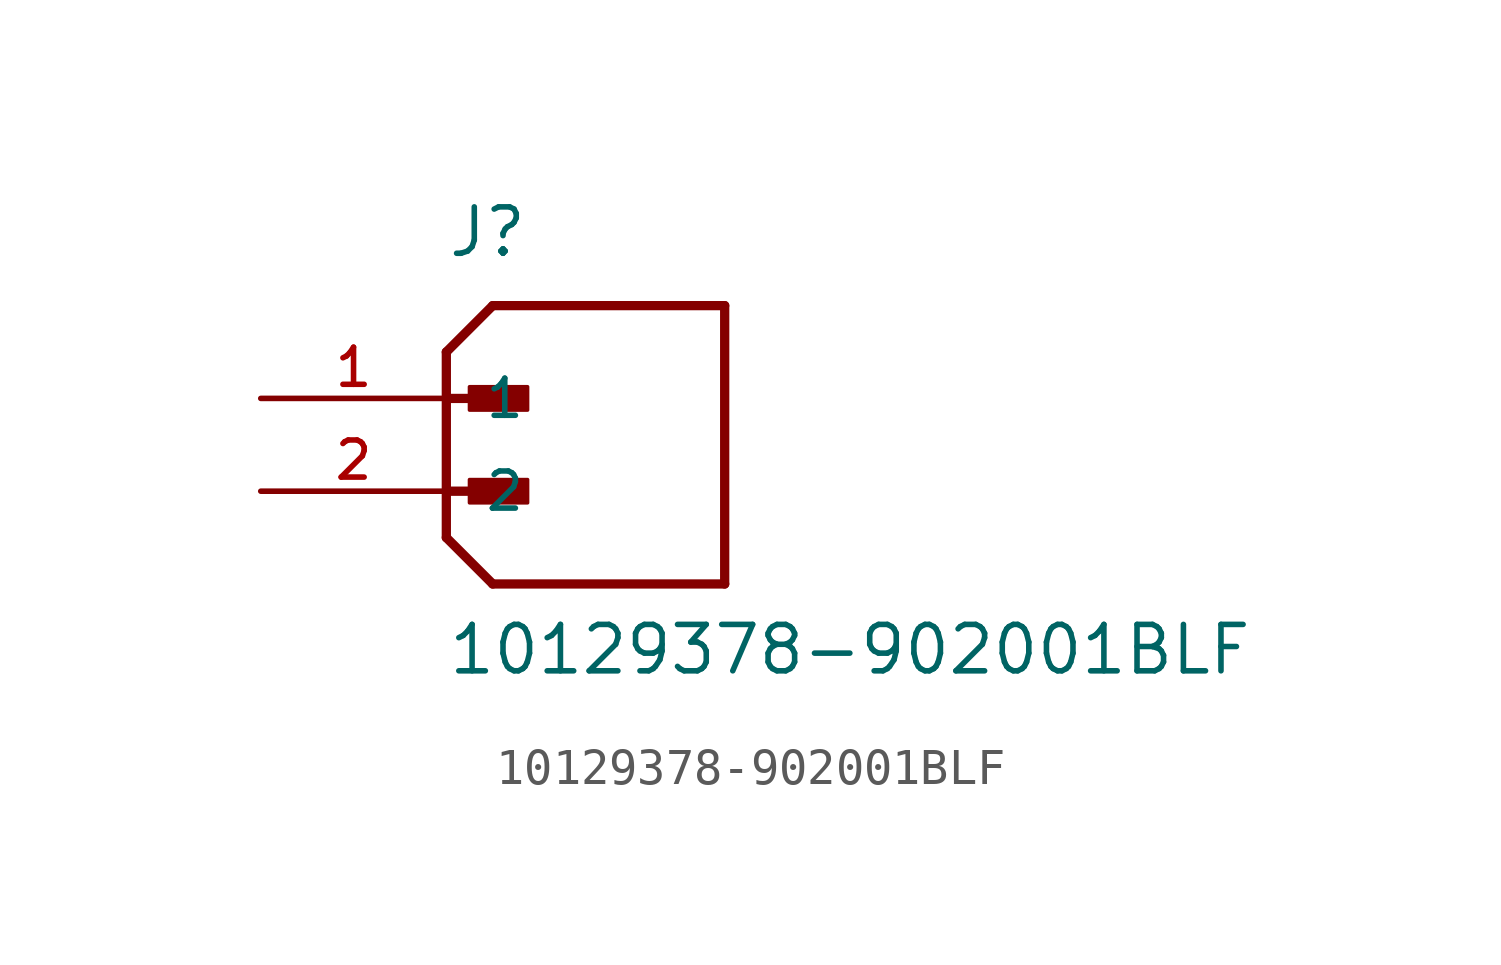
<source format=kicad_sym>
(kicad_symbol_lib
  (version 20211014)
  (generator kicad_symbol_editor)
  (symbol "10129378-902001BLF"
    (pin_names
      (offset 1.016))
    (property "Reference" "J"
      (at 0.0 3.81 0)
      (effects (font (size 1.27 1.27)) (justify bottom left)))
    (property "Value" "10129378-902001BLF"
      (at 0.0 -7.62 0)
      (effects (font (size 1.27 1.27)) (justify bottom left)))
    (symbol "10129378-902001BLF_0_0"
      (polyline (pts (xy 0.0 1.27) (xy 1.27 2.54)) (stroke (width 0.254)))
      (polyline (pts (xy 0.0 1.27) (xy 0.0 0.0)) (stroke (width 0.254)))
      (polyline (pts (xy 0.0 0.0) (xy 0.0 -3.81)) (stroke (width 0.254)))
      (polyline (pts (xy 0.0 -3.81) (xy 1.27 -5.08)) (stroke (width 0.254)))
      (polyline (pts (xy 1.27 -5.08) (xy 7.62 -5.08)) (stroke (width 0.254)))
      (polyline (pts (xy 7.62 -5.08) (xy 7.62 2.54)) (stroke (width 0.254)))
      (polyline (pts (xy 7.62 2.54) (xy 1.27 2.54)) (stroke (width 0.254)))
      (polyline (pts (xy 0.0 0.0) (xy 1.905 0.0)) (stroke (width 0.254)))
      (rectangle (start 0.635 -0.318) (end 2.223 0.318) (stroke (width 0.1)) (fill (type outline)))
      (polyline (pts (xy 0.0 -2.54) (xy 1.905 -2.54)) (stroke (width 0.254)))
      (rectangle (start 0.635 -2.857) (end 2.223 -2.223) (stroke (width 0.1)) (fill (type outline)))
      (pin passive line (at -5.08 0.0 0) (length 5.08) (name "1" (effects (font (size 1.016 1.016)))) (number "1" (effects (font (size 1.016 1.016)))))
      (pin passive line (at -5.08 -2.54 0) (length 5.08) (name "2" (effects (font (size 1.016 1.016)))) (number "2" (effects (font (size 1.016 1.016))))))))
</source>
